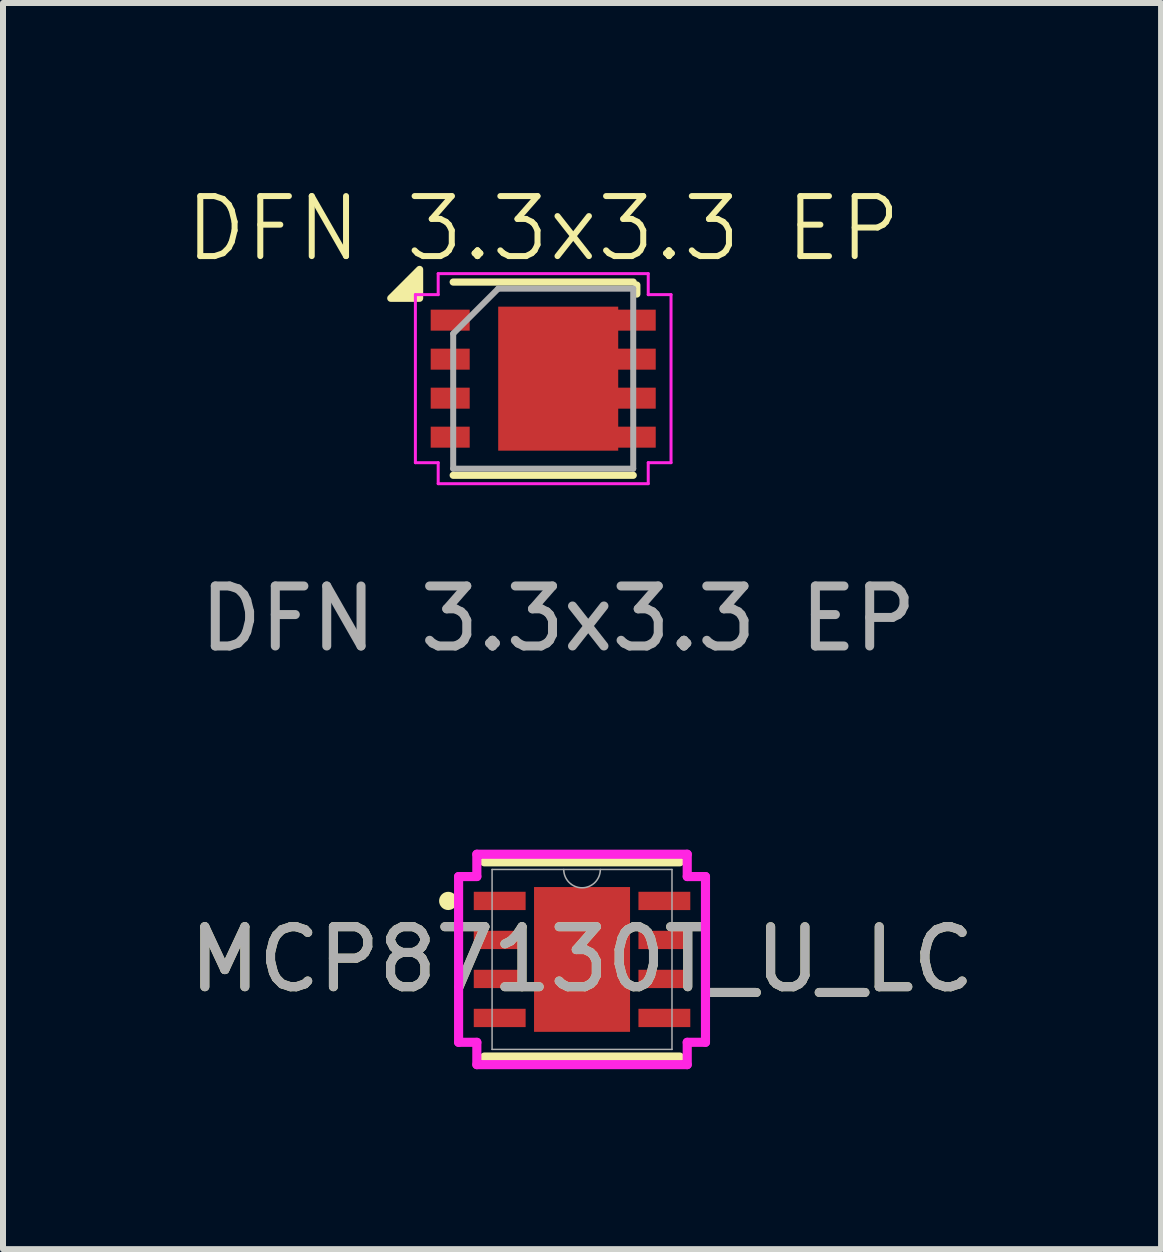
<source format=kicad_pcb>
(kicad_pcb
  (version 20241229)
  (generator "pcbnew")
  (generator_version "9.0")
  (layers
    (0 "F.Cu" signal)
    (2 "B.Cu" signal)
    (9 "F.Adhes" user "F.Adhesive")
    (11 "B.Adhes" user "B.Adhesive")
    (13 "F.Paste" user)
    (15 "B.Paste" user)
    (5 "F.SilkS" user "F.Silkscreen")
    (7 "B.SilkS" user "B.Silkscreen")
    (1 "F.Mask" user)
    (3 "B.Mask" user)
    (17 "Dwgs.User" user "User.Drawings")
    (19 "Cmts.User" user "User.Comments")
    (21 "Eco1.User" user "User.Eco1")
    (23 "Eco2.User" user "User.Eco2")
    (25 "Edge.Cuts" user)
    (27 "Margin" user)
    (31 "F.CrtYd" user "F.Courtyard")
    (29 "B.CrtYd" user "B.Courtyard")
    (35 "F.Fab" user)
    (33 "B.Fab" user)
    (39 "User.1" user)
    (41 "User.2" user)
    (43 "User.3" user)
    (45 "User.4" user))
  (footprint "MCP87130T_U_LC"
    (layer "F.Cu")
    (at 6.649 12.938)
    (property "Reference" "MCP87130T_U_LC" (at 0 0 0) (unlocked yes) (layer "F.SilkS") (effects (font (size 1 1) (thickness 0.15))))
    (attr smd)
    (fp_line (start -1.626 1.626) (end 1.626 1.626) (stroke (width 0.152) (type solid)) (layer "F.SilkS"))
    (fp_line (start 1.626 -1.626) (end -1.626 -1.626) (stroke (width 0.152) (type solid)) (layer "F.SilkS"))
    (fp_circle (center -2.23 -0.975) (end -2.154 -0.975) (stroke (width 0.152) (type solid)) (fill no) (layer "F.SilkS"))
    (fp_line (start -2.057 -1.381) (end -1.753 -1.381) (stroke (width 0.152) (type solid)) (layer "F.CrtYd"))
    (fp_line (start -2.057 1.381) (end -2.057 -1.381) (stroke (width 0.152) (type solid)) (layer "F.CrtYd"))
    (fp_line (start -2.057 1.381) (end -1.753 1.381) (stroke (width 0.152) (type solid)) (layer "F.CrtYd"))
    (fp_line (start -1.753 -1.753) (end 1.753 -1.753) (stroke (width 0.152) (type solid)) (layer "F.CrtYd"))
    (fp_line (start -1.753 -1.381) (end -1.753 -1.753) (stroke (width 0.152) (type solid)) (layer "F.CrtYd"))
    (fp_line (start -1.753 1.753) (end -1.753 1.381) (stroke (width 0.152) (type solid)) (layer "F.CrtYd"))
    (fp_line (start 1.753 -1.753) (end 1.753 -1.381) (stroke (width 0.152) (type solid)) (layer "F.CrtYd"))
    (fp_line (start 1.753 1.381) (end 1.753 1.753) (stroke (width 0.152) (type solid)) (layer "F.CrtYd"))
    (fp_line (start 1.753 1.753) (end -1.753 1.753) (stroke (width 0.152) (type solid)) (layer "F.CrtYd"))
    (fp_line (start 2.057 -1.381) (end 1.753 -1.381) (stroke (width 0.152) (type solid)) (layer "F.CrtYd"))
    (fp_line (start 2.057 -1.381) (end 2.057 1.381) (stroke (width 0.152) (type solid)) (layer "F.CrtYd"))
    (fp_line (start 2.057 1.381) (end 1.753 1.381) (stroke (width 0.152) (type solid)) (layer "F.CrtYd"))
    (fp_line (start -1.499 -1.499) (end -1.499 1.499) (stroke (width 0.025) (type solid)) (layer "F.Fab"))
    (fp_line (start -1.499 1.499) (end 1.499 1.499) (stroke (width 0.025) (type solid)) (layer "F.Fab"))
    (fp_line (start 1.499 -1.499) (end -1.499 -1.499) (stroke (width 0.025) (type solid)) (layer "F.Fab"))
    (fp_line (start 1.499 1.499) (end 1.499 -1.499) (stroke (width 0.025) (type solid)) (layer "F.Fab"))
    (fp_arc (start 0.3048 -1.4986) (mid 0 -1.1938) (end -0.3048 -1.4986) (stroke (width 0.0254) (type solid)) (layer "F.Fab"))
    (fp_text user "${REFERENCE}" (at 0 0 0) (unlocked yes) (layer "F.Fab") (effects (font (size 1 1) (thickness 0.15))))
    (pad "1" smd rect (at -1.372 -0.975) (size 0.864 0.305) (layers "F.Cu" "F.Mask" "F.Paste"))
    (pad "2" smd rect (at -1.372 -0.325) (size 0.864 0.305) (layers "F.Cu" "F.Mask" "F.Paste"))
    (pad "3" smd rect (at -1.372 0.325) (size 0.864 0.305) (layers "F.Cu" "F.Mask" "F.Paste"))
    (pad "4" smd rect (at -1.372 0.975) (size 0.864 0.305) (layers "F.Cu" "F.Mask" "F.Paste"))
    (pad "5" smd rect (at 1.372 0.975) (size 0.864 0.305) (layers "F.Cu" "F.Mask" "F.Paste"))
    (pad "6" smd rect (at 1.372 0.325) (size 0.864 0.305) (layers "F.Cu" "F.Mask" "F.Paste"))
    (pad "7" smd rect (at 1.372 -0.325) (size 0.864 0.305) (layers "F.Cu" "F.Mask" "F.Paste"))
    (pad "8" smd rect (at 1.372 -0.975) (size 0.864 0.305) (layers "F.Cu" "F.Mask" "F.Paste"))
    (pad "9" smd rect (at 0 0) (size 1.6 2.413) (layers "F.Cu" "F.Mask" "F.Paste")))
  (footprint "DFN 3.3x3.3 EP"
    (layer "F.Cu")
    (at 6.252 3.26)
    (property "Reference" "DFN 3.3x3.3 EP" (at -0.25 -2.5 0) (unlocked yes) (layer "F.SilkS") (effects (font (size 1 1) (thickness 0.1))))
    (attr smd)
    (fp_line (start -1.75 -1.61) (end 1.25 -1.61) (stroke (width 0.12) (type solid)) (layer "F.SilkS"))
    (fp_line (start -1.75 1.61) (end 1.25 1.61) (stroke (width 0.12) (type solid)) (layer "F.SilkS"))
    (fp_line (start 1.31 -1.56) (end 1.31 -1.41) (stroke (width 0.12) (type solid)) (layer "F.SilkS"))
    (fp_poly (pts (xy -2.31 -1.34) (xy -2.79 -1.34) (xy -2.31 -1.82) (xy -2.31 -1.34)) (stroke (width 0.12) (type solid)) (fill yes) (layer "F.SilkS"))
    (fp_line (start -2.38 -1.4) (end -2.38 1.4) (stroke (width 0.05) (type solid)) (layer "F.CrtYd"))
    (fp_line (start -2 -1.75) (end -2 -1.4) (stroke (width 0.05) (type solid)) (layer "F.CrtYd"))
    (fp_line (start -2 -1.75) (end 1.5 -1.75) (stroke (width 0.05) (type solid)) (layer "F.CrtYd"))
    (fp_line (start -2 -1.4) (end -2.38 -1.4) (stroke (width 0.05) (type solid)) (layer "F.CrtYd"))
    (fp_line (start -2 1.4) (end -2.38 1.4) (stroke (width 0.05) (type solid)) (layer "F.CrtYd"))
    (fp_line (start -2 1.75) (end -2 1.4) (stroke (width 0.05) (type solid)) (layer "F.CrtYd"))
    (fp_line (start -2 1.75) (end 1.5 1.75) (stroke (width 0.05) (type solid)) (layer "F.CrtYd"))
    (fp_line (start 1.5 -1.75) (end 1.5 -1.4) (stroke (width 0.05) (type solid)) (layer "F.CrtYd"))
    (fp_line (start 1.5 -1.4) (end 1.88 -1.4) (stroke (width 0.05) (type solid)) (layer "F.CrtYd"))
    (fp_line (start 1.5 1.4) (end 1.88 1.4) (stroke (width 0.05) (type solid)) (layer "F.CrtYd"))
    (fp_line (start 1.5 1.75) (end 1.5 1.4) (stroke (width 0.05) (type solid)) (layer "F.CrtYd"))
    (fp_line (start 1.88 -1.4) (end 1.88 1.4) (stroke (width 0.05) (type solid)) (layer "F.CrtYd"))
    (fp_line (start -1.75 -0.75) (end -1 -1.5) (stroke (width 0.1) (type solid)) (layer "F.Fab"))
    (fp_line (start -1.75 1.5) (end -1.75 -0.75) (stroke (width 0.1) (type solid)) (layer "F.Fab"))
    (fp_line (start -1 -1.5) (end 1.25 -1.5) (stroke (width 0.1) (type solid)) (layer "F.Fab"))
    (fp_line (start 1.25 -1.5) (end 1.25 1.5) (stroke (width 0.1) (type solid)) (layer "F.Fab"))
    (fp_line (start 1.25 1.5) (end -1.75 1.5) (stroke (width 0.1) (type solid)) (layer "F.Fab"))
    (fp_text user "${REFERENCE}" (at 0 4 0) (unlocked yes) (layer "F.Fab") (effects (font (size 1 1) (thickness 0.15))))
    (pad "" smd rect (at -0.637 -0.6) (size 0.6 1) (layers "F.Paste"))
    (pad "" smd rect (at -0.637 0.6) (size 0.6 1) (layers "F.Paste"))
    (pad "" smd rect (at 0.138 -0.6) (size 0.6 1) (layers "F.Paste"))
    (pad "" smd rect (at 0.138 0.6) (size 0.6 1) (layers "F.Paste"))
    (pad "1" smd rect (at -1.8 -0.975) (size 0.65 0.35) (layers "F.Cu" "F.Mask" "F.Paste"))
    (pad "2" smd rect (at -1.8 -0.325) (size 0.65 0.35) (layers "F.Cu" "F.Mask" "F.Paste"))
    (pad "3" smd rect (at -1.8 0.325) (size 0.65 0.35) (layers "F.Cu" "F.Mask" "F.Paste"))
    (pad "4" smd rect (at -1.8 0.975) (size 0.65 0.35) (layers "F.Cu" "F.Mask" "F.Paste"))
    (pad "5" smd rect (at 0 0) (size 2 2.4) (layers "F.Cu" "F.Mask"))
    (pad "5" smd rect (at 1.3 -0.975) (size 0.65 0.35) (layers "F.Cu" "F.Mask" "F.Paste"))
    (pad "5" smd rect (at 1.3 -0.325) (size 0.65 0.35) (layers "F.Cu" "F.Mask" "F.Paste"))
    (pad "5" smd rect (at 1.3 0.325) (size 0.65 0.35) (layers "F.Cu" "F.Mask" "F.Paste"))
    (pad "5" smd rect (at 1.3 0.975) (size 0.65 0.35) (layers "F.Cu" "F.Mask" "F.Paste")))
  (gr_rect
    (start -3 -3)
    (end 16.298 17.766)
    (stroke (width 0.1) (type default))
    (fill no)
    (layer "Edge.Cuts")))
</source>
